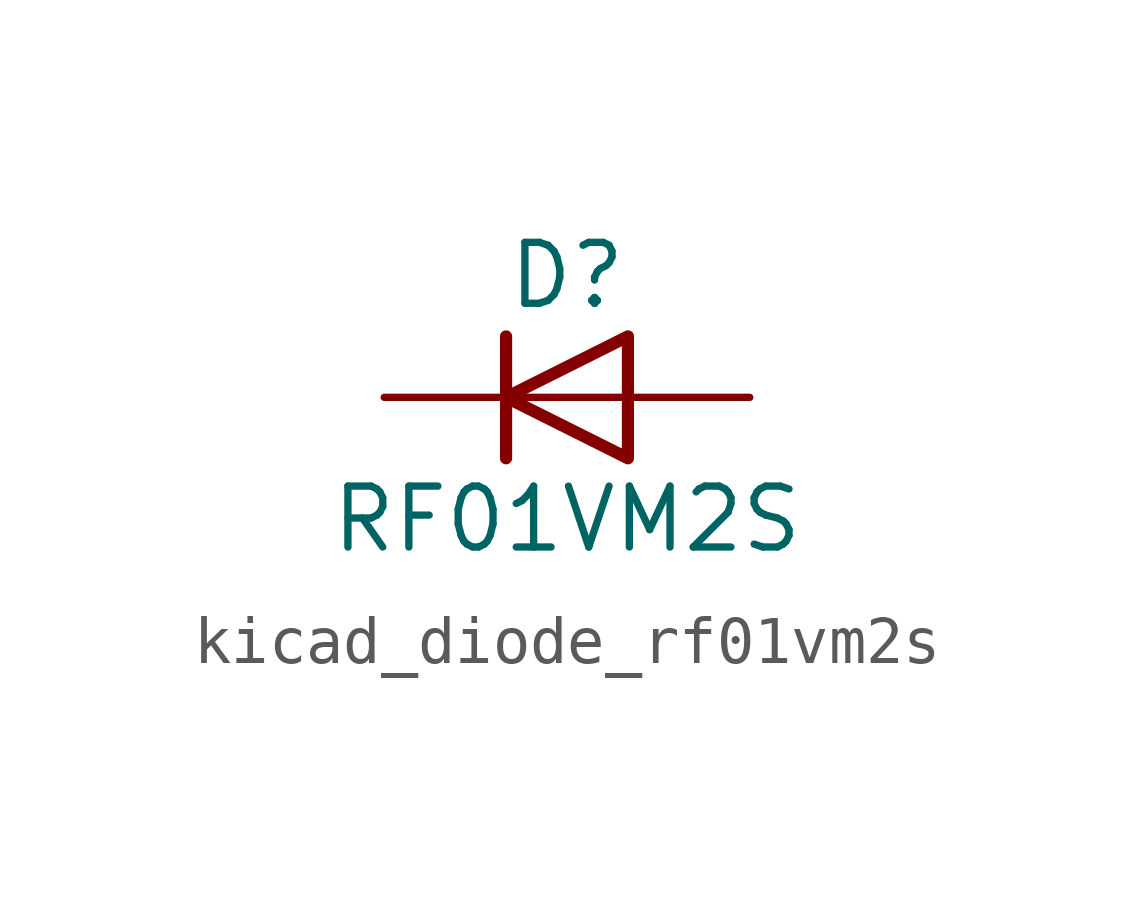
<source format=kicad_sym>
(kicad_symbol_lib
  (version 20220914)
  (generator kicad_symbol_editor)
  (symbol "kicad_diode_rf01vm2s"
    (pin_numbers hide)
    (pin_names hide)
    (property "Reference" "D"
      (at 0 2.54 0)
      (effects (font (size 1.27 1.27))))
    (property "Value" "RF01VM2S"
      (at 0 -2.54 0)
      (effects (font (size 1.27 1.27))))
    (symbol "kicad_diode_rf01vm2s_0_1"
      (polyline (pts (xy -1.27 1.27) (xy -1.27 -1.27)) (stroke (width 0.254) (type default)) (fill (type none)))
      (polyline (pts (xy 1.27 0) (xy -1.27 0)) (stroke (width 0) (type default)) (fill (type none)))
      (polyline (pts (xy 1.27 1.27) (xy 1.27 -1.27) (xy -1.27 0) (xy 1.27 1.27)) (stroke (width 0.254) (type default)) (fill (type none))))
    (symbol "kicad_diode_rf01vm2s_1_1"
      (pin passive line (at -3.81 0 0) (length 2.54) (name "K" (effects (font (size 1.27 1.27)))) (number "1" (effects (font (size 1.27 1.27)))))
      (pin passive line (at 3.81 0 180) (length 2.54) (name "A" (effects (font (size 1.27 1.27)))) (number "2" (effects (font (size 1.27 1.27))))))))
</source>
